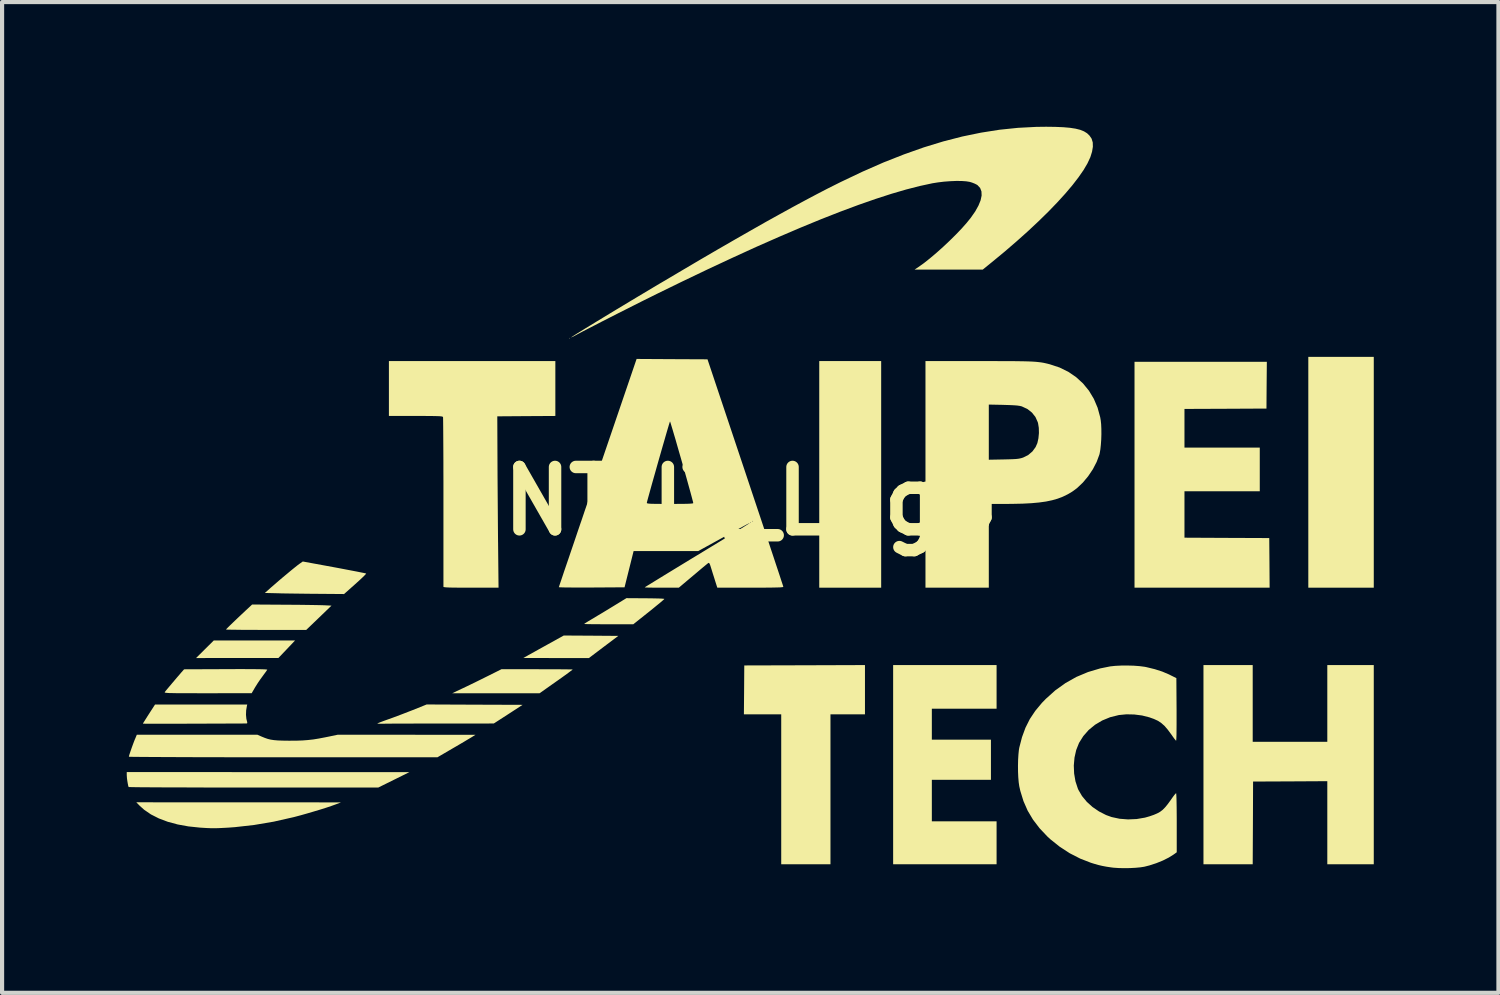
<source format=kicad_pcb>
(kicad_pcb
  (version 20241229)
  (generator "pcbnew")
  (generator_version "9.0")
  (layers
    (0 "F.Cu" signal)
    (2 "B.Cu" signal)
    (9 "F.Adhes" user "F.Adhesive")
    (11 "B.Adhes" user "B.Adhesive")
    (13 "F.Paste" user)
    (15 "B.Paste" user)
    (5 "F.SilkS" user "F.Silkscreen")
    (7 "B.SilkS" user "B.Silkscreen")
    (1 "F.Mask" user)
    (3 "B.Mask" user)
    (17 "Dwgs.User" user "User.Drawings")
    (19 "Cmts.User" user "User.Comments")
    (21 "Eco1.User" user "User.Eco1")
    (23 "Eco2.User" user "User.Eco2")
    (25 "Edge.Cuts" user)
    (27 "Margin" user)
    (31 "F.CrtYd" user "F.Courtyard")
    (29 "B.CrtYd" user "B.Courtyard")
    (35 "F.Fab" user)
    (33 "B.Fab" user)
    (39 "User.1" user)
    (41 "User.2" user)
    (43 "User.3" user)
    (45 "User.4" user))
  (footprint "NTUT_Logo"
    (layer "F.Cu")
    (at 15.02 9.008)
    (property "Reference" "NTUT_Logo" (at 0 0 0) (layer "F.SilkS") (effects (font (size 1.5 1.5) (thickness 0.3))))
    (attr board_only exclude_from_pos_files exclude_from_bom)
    (fp_poly (pts (xy -4.352 -3.92) (xy -4.36 -3.912) (xy -4.369 -3.92) (xy -4.36 -3.929)) (stroke (width 0) (type solid)) (fill yes) (layer "F.SilkS"))
    (fp_poly (pts (xy -11.17 3.564) (xy -11.371 3.775) (xy -12.361 3.775) (xy -13.352 3.776) (xy -13.139 3.564) (xy -12.926 3.353) (xy -11.948 3.353) (xy -10.97 3.353)) (stroke (width 0) (type solid)) (fill yes) (layer "F.SilkS"))
    (fp_poly (pts (xy 3.133 -0.643) (xy 3.133 2.083) (xy 2.388 2.083) (xy 1.643 2.083) (xy 1.643 -0.643) (xy 1.643 -3.37) (xy 2.388 -3.37) (xy 3.133 -3.37)) (stroke (width 0) (type solid)) (fill yes) (layer "F.SilkS"))
    (fp_poly (pts (xy 14.986 -0.694) (xy 14.986 2.083) (xy 14.199 2.083) (xy 13.411 2.083) (xy 13.411 -0.694) (xy 13.411 -3.471) (xy 14.199 -3.471) (xy 14.986 -3.471)) (stroke (width 0) (type solid)) (fill yes) (layer "F.SilkS"))
    (fp_poly (pts (xy -3.849 3.238) (xy -3.193 3.243) (xy -3.546 3.509) (xy -3.899 3.776) (xy -4.688 3.776) (xy -5.478 3.775) (xy -5.393 3.728) (xy -5.356 3.706) (xy -5.293 3.672) (xy -5.211 3.626) (xy -5.115 3.572) (xy -5.008 3.513) (xy -4.907 3.457) (xy -4.505 3.234)) (stroke (width 0) (type solid)) (fill yes) (layer "F.SilkS"))
    (fp_poly (pts (xy 2.743 4.538) (xy 2.743 5.131) (xy 2.328 5.131) (xy 1.913 5.131) (xy 1.913 6.934) (xy 1.913 8.738) (xy 1.321 8.738) (xy 0.728 8.738) (xy 0.728 6.934) (xy 0.728 5.131) (xy 0.279 5.131) (xy -0.17 5.131) (xy -0.165 4.542) (xy -0.161 3.954) (xy 1.291 3.95) (xy 2.743 3.945)) (stroke (width 0) (type solid)) (fill yes) (layer "F.SilkS"))
    (fp_poly (pts (xy 5.91 4.47) (xy 5.91 4.995) (xy 5.131 4.995) (xy 4.352 4.995) (xy 4.352 5.368) (xy 4.352 5.74) (xy 5.063 5.74) (xy 5.774 5.74) (xy 5.774 6.223) (xy 5.774 6.706) (xy 5.063 6.706) (xy 4.352 6.706) (xy 4.352 7.205) (xy 4.352 7.705) (xy 5.131 7.705) (xy 5.91 7.705) (xy 5.91 8.221) (xy 5.91 8.738) (xy 4.665 8.738) (xy 3.421 8.738) (xy 3.421 6.342) (xy 3.421 3.945) (xy 4.665 3.945) (xy 5.91 3.945)) (stroke (width 0) (type solid)) (fill yes) (layer "F.SilkS"))
    (fp_poly (pts (xy 12.073 4.868) (xy 12.073 5.791) (xy 12.971 5.791) (xy 13.868 5.791) (xy 13.868 4.868) (xy 13.868 3.945) (xy 14.427 3.945) (xy 14.986 3.945) (xy 14.986 6.342) (xy 14.986 8.738) (xy 14.427 8.738) (xy 13.868 8.738) (xy 13.868 7.738) (xy 13.868 6.739) (xy 12.975 6.744) (xy 12.082 6.748) (xy 12.078 7.743) (xy 12.073 8.738) (xy 11.481 8.738) (xy 10.888 8.738) (xy 10.888 6.342) (xy 10.888 3.945) (xy 11.481 3.945) (xy 12.073 3.945)) (stroke (width 0) (type solid)) (fill yes) (layer "F.SilkS"))
    (fp_poly (pts (xy 12.408 -2.79) (xy 12.404 -2.227) (xy 11.417 -2.222) (xy 10.431 -2.218) (xy 10.431 -1.752) (xy 10.431 -1.287) (xy 11.337 -1.287) (xy 12.243 -1.287) (xy 12.243 -0.762) (xy 12.243 -0.237) (xy 11.337 -0.237) (xy 10.431 -0.237) (xy 10.431 0.322) (xy 10.431 0.88) (xy 11.451 0.885) (xy 12.471 0.889) (xy 12.476 1.486) (xy 12.48 2.083) (xy 10.854 2.083) (xy 9.229 2.083) (xy 9.229 -0.635) (xy 9.229 -3.353) (xy 10.821 -3.353) (xy 12.413 -3.353)) (stroke (width 0) (type solid)) (fill yes) (layer "F.SilkS"))
    (fp_poly (pts (xy -11.62 6.521) (xy -8.221 6.522) (xy -8.594 6.707) (xy -8.966 6.891) (xy -11.967 6.891) (xy -12.283 6.891) (xy -12.59 6.891) (xy -12.886 6.891) (xy -13.17 6.891) (xy -13.439 6.89) (xy -13.692 6.889) (xy -13.928 6.889) (xy -14.144 6.888) (xy -14.339 6.887) (xy -14.512 6.886) (xy -14.659 6.885) (xy -14.781 6.884) (xy -14.874 6.882) (xy -14.938 6.881) (xy -14.971 6.88) (xy -14.975 6.879) (xy -14.985 6.85) (xy -14.995 6.799) (xy -15.006 6.734) (xy -15.015 6.668) (xy -15.019 6.611) (xy -15.02 6.592) (xy -15.02 6.519)) (stroke (width 0) (type solid)) (fill yes) (layer "F.SilkS"))
    (fp_poly (pts (xy -4.984 4.046) (xy -4.828 4.046) (xy -4.685 4.046) (xy -4.56 4.047) (xy -4.455 4.048) (xy -4.373 4.049) (xy -4.317 4.05) (xy -4.292 4.051) (xy -4.291 4.052) (xy -4.302 4.063) (xy -4.339 4.09) (xy -4.396 4.133) (xy -4.47 4.187) (xy -4.559 4.251) (xy -4.659 4.322) (xy -4.685 4.34) (xy -5.086 4.623) (xy -6.137 4.623) (xy -7.188 4.623) (xy -6.943 4.507) (xy -6.85 4.463) (xy -6.736 4.408) (xy -6.611 4.347) (xy -6.483 4.284) (xy -6.363 4.224) (xy -6.35 4.218) (xy -6.004 4.045) (xy -5.15 4.045)) (stroke (width 0) (type solid)) (fill yes) (layer "F.SilkS"))
    (fp_poly (pts (xy -12.327 7.248) (xy -9.864 7.249) (xy -9.999 7.3) (xy -10.099 7.336) (xy -10.224 7.378) (xy -10.367 7.423) (xy -10.521 7.469) (xy -10.677 7.515) (xy -10.829 7.558) (xy -10.968 7.595) (xy -10.998 7.603) (xy -11.484 7.713) (xy -11.956 7.793) (xy -12.418 7.845) (xy -12.581 7.857) (xy -12.712 7.864) (xy -12.819 7.869) (xy -12.913 7.871) (xy -13.003 7.87) (xy -13.101 7.866) (xy -13.215 7.859) (xy -13.262 7.856) (xy -13.537 7.827) (xy -13.795 7.78) (xy -14.033 7.716) (xy -14.248 7.635) (xy -14.439 7.538) (xy -14.602 7.426) (xy -14.706 7.333) (xy -14.79 7.247)) (stroke (width 0) (type solid)) (fill yes) (layer "F.SilkS"))
    (fp_poly (pts (xy -11.23 2.493) (xy -11.063 2.494) (xy -10.901 2.495) (xy -10.747 2.497) (xy -10.607 2.499) (xy -10.483 2.501) (xy -10.382 2.503) (xy -10.307 2.505) (xy -10.275 2.506) (xy -10.094 2.515) (xy -10.397 2.807) (xy -10.701 3.099) (xy -11.666 3.099) (xy -11.844 3.099) (xy -12.011 3.098) (xy -12.164 3.098) (xy -12.301 3.097) (xy -12.418 3.095) (xy -12.513 3.094) (xy -12.582 3.093) (xy -12.622 3.091) (xy -12.632 3.09) (xy -12.62 3.075) (xy -12.585 3.039) (xy -12.529 2.984) (xy -12.454 2.912) (xy -12.363 2.825) (xy -12.257 2.725) (xy -12.153 2.627) (xy -12.003 2.488)) (stroke (width 0) (type solid)) (fill yes) (layer "F.SilkS"))
    (fp_poly (pts (xy -6.649 4.898) (xy -5.495 4.902) (xy -5.841 5.127) (xy -6.188 5.351) (xy -7.408 5.352) (xy -7.613 5.352) (xy -7.813 5.352) (xy -8.004 5.352) (xy -8.183 5.353) (xy -8.346 5.353) (xy -8.491 5.354) (xy -8.613 5.354) (xy -8.711 5.355) (xy -8.78 5.355) (xy -8.81 5.356) (xy -8.883 5.357) (xy -8.943 5.356) (xy -8.981 5.354) (xy -8.991 5.351) (xy -8.976 5.343) (xy -8.934 5.326) (xy -8.871 5.302) (xy -8.792 5.273) (xy -8.733 5.252) (xy -8.632 5.216) (xy -8.511 5.171) (xy -8.379 5.121) (xy -8.248 5.07) (xy -8.139 5.028) (xy -7.804 4.893)) (stroke (width 0) (type solid)) (fill yes) (layer "F.SilkS"))
    (fp_poly (pts (xy -2.54 2.338) (xy -2.419 2.339) (xy -2.311 2.341) (xy -2.218 2.343) (xy -2.147 2.346) (xy -2.1 2.35) (xy -2.083 2.353) (xy -2.083 2.353) (xy -2.096 2.367) (xy -2.131 2.398) (xy -2.187 2.446) (xy -2.26 2.505) (xy -2.345 2.575) (xy -2.44 2.652) (xy -2.457 2.665) (xy -2.831 2.963) (xy -3.422 2.963) (xy -3.56 2.963) (xy -3.686 2.962) (xy -3.797 2.962) (xy -3.889 2.96) (xy -3.958 2.959) (xy -4.001 2.957) (xy -4.013 2.955) (xy -3.999 2.944) (xy -3.962 2.92) (xy -3.907 2.886) (xy -3.848 2.851) (xy -3.784 2.813) (xy -3.698 2.761) (xy -3.597 2.701) (xy -3.488 2.635) (xy -3.378 2.568) (xy -3.34 2.545) (xy -2.997 2.335)) (stroke (width 0) (type solid)) (fill yes) (layer "F.SilkS"))
    (fp_poly (pts (xy -10.027 1.592) (xy -9.872 1.621) (xy -9.726 1.649) (xy -9.595 1.674) (xy -9.48 1.696) (xy -9.386 1.715) (xy -9.315 1.729) (xy -9.272 1.739) (xy -9.259 1.742) (xy -9.268 1.756) (xy -9.299 1.789) (xy -9.348 1.837) (xy -9.412 1.897) (xy -9.488 1.966) (xy -9.519 1.994) (xy -9.791 2.236) (xy -10.403 2.231) (xy -10.563 2.23) (xy -10.728 2.228) (xy -10.892 2.226) (xy -11.048 2.224) (xy -11.188 2.222) (xy -11.305 2.22) (xy -11.356 2.218) (xy -11.697 2.21) (xy -11.544 2.074) (xy -11.458 2) (xy -11.364 1.918) (xy -11.265 1.834) (xy -11.166 1.752) (xy -11.073 1.674) (xy -10.989 1.606) (xy -10.919 1.55) (xy -10.869 1.512) (xy -10.857 1.504) (xy -10.784 1.453)) (stroke (width 0) (type solid)) (fill yes) (layer "F.SilkS"))
    (fp_poly (pts (xy -12.13 4.932) (xy -12.147 5.035) (xy -12.151 5.142) (xy -12.142 5.237) (xy -12.136 5.262) (xy -12.123 5.313) (xy -12.12 5.34) (xy -12.129 5.349) (xy -12.148 5.351) (xy -12.17 5.351) (xy -12.224 5.351) (xy -12.306 5.352) (xy -12.413 5.352) (xy -12.543 5.352) (xy -12.694 5.353) (xy -12.861 5.353) (xy -13.043 5.354) (xy -13.236 5.355) (xy -13.407 5.355) (xy -13.607 5.356) (xy -13.797 5.356) (xy -13.974 5.357) (xy -14.136 5.357) (xy -14.279 5.357) (xy -14.402 5.357) (xy -14.501 5.356) (xy -14.574 5.356) (xy -14.618 5.355) (xy -14.63 5.355) (xy -14.628 5.347) (xy -14.618 5.33) (xy -14.598 5.298) (xy -14.567 5.249) (xy -14.523 5.179) (xy -14.462 5.084) (xy -14.462 5.084) (xy -14.339 4.894) (xy -13.23 4.894) (xy -12.121 4.894)) (stroke (width 0) (type solid)) (fill yes) (layer "F.SilkS"))
    (fp_poly (pts (xy -12.01 4.043) (xy -11.869 4.044) (xy -11.761 4.046) (xy -11.687 4.049) (xy -11.647 4.053) (xy -11.639 4.056) (xy -11.652 4.076) (xy -11.68 4.116) (xy -11.72 4.17) (xy -11.754 4.217) (xy -11.811 4.295) (xy -11.87 4.382) (xy -11.921 4.463) (xy -11.938 4.491) (xy -12.014 4.622) (xy -13.07 4.623) (xy -13.286 4.623) (xy -13.469 4.622) (xy -13.624 4.622) (xy -13.752 4.622) (xy -13.856 4.621) (xy -13.938 4.619) (xy -14.001 4.618) (xy -14.047 4.615) (xy -14.078 4.612) (xy -14.096 4.609) (xy -14.105 4.604) (xy -14.107 4.599) (xy -14.104 4.593) (xy -14.082 4.565) (xy -14.042 4.517) (xy -13.99 4.455) (xy -13.931 4.385) (xy -13.869 4.312) (xy -13.809 4.241) (xy -13.756 4.18) (xy -13.716 4.133) (xy -13.704 4.119) (xy -13.64 4.047) (xy -12.636 4.043) (xy -12.394 4.042) (xy -12.185 4.042)) (stroke (width 0) (type solid)) (fill yes) (layer "F.SilkS"))
    (fp_poly (pts (xy -11.777 5.665) (xy -11.701 5.696) (xy -11.63 5.721) (xy -11.557 5.739) (xy -11.477 5.751) (xy -11.382 5.759) (xy -11.268 5.763) (xy -11.127 5.765) (xy -11.091 5.765) (xy -10.931 5.764) (xy -10.791 5.759) (xy -10.662 5.749) (xy -10.534 5.735) (xy -10.399 5.713) (xy -10.247 5.684) (xy -10.143 5.663) (xy -9.948 5.622) (xy -8.289 5.622) (xy -6.629 5.623) (xy -6.714 5.676) (xy -6.752 5.699) (xy -6.815 5.736) (xy -6.896 5.785) (xy -6.991 5.841) (xy -7.095 5.902) (xy -7.171 5.946) (xy -7.544 6.164) (xy -11.256 6.164) (xy -11.608 6.164) (xy -11.951 6.163) (xy -12.284 6.163) (xy -12.604 6.163) (xy -12.911 6.162) (xy -13.202 6.162) (xy -13.477 6.161) (xy -13.733 6.16) (xy -13.97 6.159) (xy -14.186 6.158) (xy -14.378 6.157) (xy -14.546 6.156) (xy -14.689 6.155) (xy -14.804 6.154) (xy -14.89 6.153) (xy -14.945 6.152) (xy -14.968 6.15) (xy -14.969 6.15) (xy -14.964 6.125) (xy -14.949 6.076) (xy -14.927 6.011) (xy -14.901 5.936) (xy -14.873 5.859) (xy -14.847 5.789) (xy -14.824 5.731) (xy -14.822 5.728) (xy -14.778 5.622) (xy -13.326 5.622) (xy -11.874 5.622)) (stroke (width 0) (type solid)) (fill yes) (layer "F.SilkS"))
    (fp_poly (pts (xy -6.71 -3.37) (xy -4.707 -3.37) (xy -4.707 -2.71) (xy -4.707 -2.049) (xy -5.406 -2.045) (xy -6.104 -2.04) (xy -6.1 -1.05) (xy -6.099 -0.836) (xy -6.098 -0.596) (xy -6.096 -0.337) (xy -6.094 -0.068) (xy -6.092 0.204) (xy -6.09 0.471) (xy -6.088 0.726) (xy -6.086 0.96) (xy -6.085 1.012) (xy -6.074 2.083) (xy -6.737 2.083) (xy -6.912 2.083) (xy -7.055 2.082) (xy -7.169 2.081) (xy -7.257 2.079) (xy -7.322 2.076) (xy -7.366 2.072) (xy -7.391 2.068) (xy -7.4 2.063) (xy -7.4 2.062) (xy -7.4 2.042) (xy -7.4 1.991) (xy -7.4 1.91) (xy -7.4 1.802) (xy -7.4 1.668) (xy -7.4 1.511) (xy -7.4 1.333) (xy -7.4 1.136) (xy -7.4 0.921) (xy -7.4 0.692) (xy -7.4 0.45) (xy -7.4 0.197) (xy -7.4 0.023) (xy -7.4 -0.236) (xy -7.4 -0.486) (xy -7.401 -0.725) (xy -7.401 -0.95) (xy -7.402 -1.159) (xy -7.403 -1.351) (xy -7.404 -1.523) (xy -7.405 -1.673) (xy -7.406 -1.799) (xy -7.407 -1.899) (xy -7.408 -1.971) (xy -7.409 -2.012) (xy -7.41 -2.022) (xy -7.416 -2.029) (xy -7.429 -2.035) (xy -7.453 -2.039) (xy -7.491 -2.043) (xy -7.545 -2.045) (xy -7.62 -2.047) (xy -7.718 -2.048) (xy -7.842 -2.049) (xy -7.996 -2.049) (xy -8.066 -2.049) (xy -8.712 -2.049) (xy -8.712 -2.709) (xy -8.712 -3.37)) (stroke (width 0) (type solid)) (fill yes) (layer "F.SilkS"))
    (fp_poly (pts (xy 5.738 -3.37) (xy 5.959 -3.369) (xy 6.152 -3.369) (xy 6.318 -3.368) (xy 6.462 -3.366) (xy 6.584 -3.364) (xy 6.689 -3.361) (xy 6.778 -3.357) (xy 6.855 -3.352) (xy 6.921 -3.345) (xy 6.98 -3.338) (xy 7.034 -3.329) (xy 7.085 -3.318) (xy 7.137 -3.306) (xy 7.192 -3.292) (xy 7.195 -3.291) (xy 7.425 -3.215) (xy 7.635 -3.112) (xy 7.824 -2.983) (xy 7.99 -2.831) (xy 8.133 -2.656) (xy 8.25 -2.461) (xy 8.341 -2.247) (xy 8.404 -2.015) (xy 8.416 -1.945) (xy 8.426 -1.851) (xy 8.431 -1.737) (xy 8.432 -1.61) (xy 8.428 -1.48) (xy 8.419 -1.354) (xy 8.407 -1.242) (xy 8.391 -1.151) (xy 8.384 -1.121) (xy 8.318 -0.943) (xy 8.226 -0.766) (xy 8.113 -0.598) (xy 7.985 -0.445) (xy 7.846 -0.313) (xy 7.73 -0.228) (xy 7.618 -0.162) (xy 7.503 -0.106) (xy 7.38 -0.059) (xy 7.247 -0.021) (xy 7.099 0.01) (xy 6.934 0.033) (xy 6.748 0.05) (xy 6.537 0.061) (xy 6.299 0.066) (xy 6.126 0.068) (xy 5.723 0.068) (xy 5.723 1.075) (xy 5.723 2.083) (xy 4.961 2.083) (xy 4.199 2.083) (xy 4.199 -0.643) (xy 4.199 -2.323) (xy 5.723 -2.323) (xy 5.723 -1.659) (xy 5.723 -0.996) (xy 6.083 -1.003) (xy 6.206 -1.006) (xy 6.301 -1.009) (xy 6.373 -1.013) (xy 6.429 -1.019) (xy 6.474 -1.027) (xy 6.514 -1.037) (xy 6.553 -1.05) (xy 6.672 -1.11) (xy 6.772 -1.195) (xy 6.849 -1.3) (xy 6.892 -1.398) (xy 6.917 -1.512) (xy 6.929 -1.638) (xy 6.926 -1.763) (xy 6.908 -1.874) (xy 6.901 -1.899) (xy 6.845 -2.024) (xy 6.761 -2.13) (xy 6.654 -2.215) (xy 6.524 -2.276) (xy 6.511 -2.281) (xy 6.468 -2.291) (xy 6.408 -2.3) (xy 6.329 -2.306) (xy 6.225 -2.311) (xy 6.091 -2.315) (xy 6.075 -2.316) (xy 5.723 -2.323) (xy 4.199 -2.323) (xy 4.199 -3.37) (xy 5.485 -3.37)) (stroke (width 0) (type solid)) (fill yes) (layer "F.SilkS"))
    (fp_poly (pts (xy 7.324 -9.005) (xy 7.514 -8.997) (xy 7.675 -8.983) (xy 7.811 -8.962) (xy 7.923 -8.934) (xy 8.014 -8.897) (xy 8.088 -8.851) (xy 8.146 -8.795) (xy 8.191 -8.73) (xy 8.198 -8.716) (xy 8.224 -8.631) (xy 8.227 -8.527) (xy 8.207 -8.407) (xy 8.166 -8.275) (xy 8.164 -8.271) (xy 8.097 -8.127) (xy 8.003 -7.967) (xy 7.881 -7.791) (xy 7.735 -7.602) (xy 7.564 -7.4) (xy 7.371 -7.188) (xy 7.156 -6.965) (xy 6.92 -6.734) (xy 6.666 -6.496) (xy 6.393 -6.252) (xy 6.104 -6.003) (xy 5.799 -5.751) (xy 5.79 -5.744) (xy 5.577 -5.571) (xy 4.757 -5.571) (xy 3.937 -5.571) (xy 4.03 -5.633) (xy 4.162 -5.727) (xy 4.308 -5.843) (xy 4.463 -5.974) (xy 4.622 -6.116) (xy 4.779 -6.264) (xy 4.93 -6.413) (xy 5.069 -6.558) (xy 5.19 -6.695) (xy 5.288 -6.816) (xy 5.395 -6.969) (xy 5.474 -7.111) (xy 5.526 -7.239) (xy 5.55 -7.353) (xy 5.546 -7.452) (xy 5.514 -7.535) (xy 5.453 -7.601) (xy 5.437 -7.612) (xy 5.387 -7.638) (xy 5.321 -7.664) (xy 5.266 -7.681) (xy 5.181 -7.695) (xy 5.069 -7.703) (xy 4.938 -7.704) (xy 4.795 -7.698) (xy 4.646 -7.687) (xy 4.498 -7.669) (xy 4.366 -7.648) (xy 4.065 -7.583) (xy 3.737 -7.499) (xy 3.381 -7.395) (xy 2.998 -7.271) (xy 2.588 -7.128) (xy 2.15 -6.965) (xy 1.686 -6.783) (xy 1.195 -6.581) (xy 0.676 -6.359) (xy 0.131 -6.119) (xy -0.44 -5.858) (xy -1.038 -5.579) (xy -1.663 -5.28) (xy -2.261 -4.988) (xy -2.432 -4.903) (xy -2.616 -4.812) (xy -2.808 -4.715) (xy -3.004 -4.616) (xy -3.201 -4.517) (xy -3.395 -4.418) (xy -3.58 -4.324) (xy -3.754 -4.234) (xy -3.913 -4.152) (xy -4.052 -4.08) (xy -4.167 -4.019) (xy -4.233 -3.983) (xy -4.283 -3.957) (xy -4.317 -3.942) (xy -4.328 -3.94) (xy -4.326 -3.941) (xy -4.308 -3.954) (xy -4.263 -3.983) (xy -4.194 -4.027) (xy -4.103 -4.083) (xy -3.993 -4.151) (xy -3.866 -4.228) (xy -3.724 -4.315) (xy -3.571 -4.408) (xy -3.408 -4.507) (xy -3.238 -4.61) (xy -3.063 -4.715) (xy -2.886 -4.822) (xy -2.709 -4.928) (xy -2.535 -5.032) (xy -2.366 -5.133) (xy -2.205 -5.229) (xy -2.15 -5.261) (xy -1.668 -5.546) (xy -1.214 -5.814) (xy -0.785 -6.064) (xy -0.381 -6.297) (xy -0.001 -6.514) (xy 0.356 -6.717) (xy 0.693 -6.904) (xy 1.009 -7.078) (xy 1.306 -7.238) (xy 1.585 -7.386) (xy 1.847 -7.522) (xy 2.095 -7.646) (xy 2.159 -7.678) (xy 2.683 -7.927) (xy 3.189 -8.149) (xy 3.681 -8.343) (xy 4.159 -8.512) (xy 4.626 -8.655) (xy 5.084 -8.773) (xy 5.535 -8.866) (xy 5.98 -8.936) (xy 6.424 -8.982) (xy 6.866 -9.005) (xy 7.104 -9.008)) (stroke (width 0) (type solid)) (fill yes) (layer "F.SilkS"))
    (fp_poly (pts (xy 9.212 3.96) (xy 9.355 3.971) (xy 9.477 3.987) (xy 9.516 3.995) (xy 9.717 4.044) (xy 9.895 4.101) (xy 10.06 4.171) (xy 10.095 4.189) (xy 10.236 4.259) (xy 10.241 5.018) (xy 10.241 5.211) (xy 10.241 5.377) (xy 10.24 5.515) (xy 10.239 5.625) (xy 10.236 5.704) (xy 10.233 5.752) (xy 10.229 5.766) (xy 10.229 5.766) (xy 10.213 5.749) (xy 10.182 5.71) (xy 10.143 5.656) (xy 10.116 5.617) (xy 10.031 5.502) (xy 9.954 5.412) (xy 9.876 5.342) (xy 9.792 5.286) (xy 9.694 5.241) (xy 9.584 5.202) (xy 9.41 5.158) (xy 9.222 5.134) (xy 9.034 5.13) (xy 8.858 5.147) (xy 8.847 5.149) (xy 8.642 5.2) (xy 8.451 5.279) (xy 8.278 5.382) (xy 8.125 5.508) (xy 7.997 5.654) (xy 7.894 5.818) (xy 7.892 5.823) (xy 7.826 5.989) (xy 7.785 6.171) (xy 7.768 6.362) (xy 7.776 6.555) (xy 7.808 6.742) (xy 7.865 6.916) (xy 7.88 6.95) (xy 7.966 7.097) (xy 8.08 7.235) (xy 8.218 7.36) (xy 8.375 7.467) (xy 8.545 7.554) (xy 8.678 7.602) (xy 8.869 7.643) (xy 9.073 7.659) (xy 9.28 7.65) (xy 9.48 7.616) (xy 9.592 7.584) (xy 9.693 7.549) (xy 9.775 7.514) (xy 9.844 7.476) (xy 9.906 7.429) (xy 9.965 7.369) (xy 10.029 7.291) (xy 10.101 7.192) (xy 10.142 7.133) (xy 10.179 7.083) (xy 10.21 7.045) (xy 10.229 7.028) (xy 10.23 7.027) (xy 10.233 7.044) (xy 10.236 7.09) (xy 10.239 7.164) (xy 10.241 7.261) (xy 10.243 7.378) (xy 10.244 7.511) (xy 10.245 7.657) (xy 10.245 7.738) (xy 10.245 8.45) (xy 10.173 8.502) (xy 10.055 8.576) (xy 9.912 8.648) (xy 9.754 8.712) (xy 9.588 8.766) (xy 9.466 8.797) (xy 9.371 8.812) (xy 9.252 8.823) (xy 9.119 8.83) (xy 8.98 8.832) (xy 8.847 8.829) (xy 8.728 8.821) (xy 8.67 8.814) (xy 8.55 8.796) (xy 8.451 8.777) (xy 8.36 8.756) (xy 8.263 8.728) (xy 8.179 8.702) (xy 7.922 8.602) (xy 7.67 8.473) (xy 7.43 8.317) (xy 7.208 8.14) (xy 7.133 8.071) (xy 6.944 7.871) (xy 6.786 7.664) (xy 6.658 7.449) (xy 6.557 7.219) (xy 6.481 6.972) (xy 6.456 6.861) (xy 6.442 6.764) (xy 6.432 6.644) (xy 6.426 6.508) (xy 6.425 6.365) (xy 6.428 6.225) (xy 6.436 6.095) (xy 6.447 5.985) (xy 6.457 5.929) (xy 6.522 5.679) (xy 6.605 5.453) (xy 6.71 5.244) (xy 6.841 5.047) (xy 7 4.856) (xy 7.095 4.758) (xy 7.322 4.554) (xy 7.568 4.378) (xy 7.831 4.23) (xy 8.11 4.113) (xy 8.405 4.025) (xy 8.644 3.977) (xy 8.766 3.964) (xy 8.907 3.957) (xy 9.06 3.956)) (stroke (width 0) (type solid)) (fill yes) (layer "F.SilkS"))
    (fp_poly (pts (xy -1.899 -3.416) (xy -1.046 -3.412) (xy -0.134 -0.686) (xy -0.036 -0.392) (xy 0.059 -0.107) (xy 0.151 0.168) (xy 0.239 0.431) (xy 0.322 0.68) (xy 0.4 0.914) (xy 0.472 1.132) (xy 0.538 1.33) (xy 0.597 1.509) (xy 0.649 1.665) (xy 0.693 1.798) (xy 0.728 1.906) (xy 0.755 1.987) (xy 0.772 2.039) (xy 0.778 2.061) (xy 0.778 2.062) (xy 0.772 2.067) (xy 0.75 2.071) (xy 0.711 2.075) (xy 0.652 2.077) (xy 0.572 2.079) (xy 0.466 2.081) (xy 0.334 2.082) (xy 0.173 2.083) (xy -0.016 2.083) (xy -0.81 2.083) (xy -0.844 1.977) (xy -0.863 1.917) (xy -0.888 1.836) (xy -0.917 1.746) (xy -0.94 1.671) (xy -0.966 1.588) (xy -0.984 1.532) (xy -0.999 1.5) (xy -1.011 1.487) (xy -1.023 1.487) (xy -1.032 1.493) (xy -1.053 1.51) (xy -1.096 1.545) (xy -1.158 1.596) (xy -1.233 1.659) (xy -1.319 1.732) (xy -1.399 1.799) (xy -1.736 2.083) (xy -2.146 2.083) (xy -2.26 2.082) (xy -2.362 2.082) (xy -2.447 2.081) (xy -2.511 2.079) (xy -2.548 2.077) (xy -2.557 2.076) (xy -2.543 2.066) (xy -2.502 2.04) (xy -2.436 2) (xy -2.347 1.945) (xy -2.238 1.878) (xy -2.111 1.8) (xy -1.967 1.712) (xy -1.808 1.615) (xy -1.637 1.511) (xy -1.457 1.401) (xy -1.308 1.311) (xy -1.12 1.197) (xy -0.941 1.088) (xy -0.771 0.985) (xy -0.614 0.889) (xy -0.472 0.802) (xy -0.346 0.725) (xy -0.239 0.66) (xy -0.153 0.607) (xy -0.09 0.568) (xy -0.053 0.544) (xy -0.042 0.537) (xy -0.038 0.532) (xy -0.037 0.53) (xy -0.044 0.532) (xy -0.06 0.54) (xy -0.088 0.554) (xy -0.131 0.577) (xy -0.19 0.609) (xy -0.268 0.652) (xy -0.368 0.706) (xy -0.492 0.775) (xy -0.643 0.858) (xy -0.69 0.883) (xy -1.269 1.202) (xy -2.046 1.202) (xy -2.824 1.202) (xy -2.933 1.638) (xy -3.042 2.074) (xy -3.832 2.079) (xy -3.992 2.079) (xy -4.141 2.079) (xy -4.276 2.079) (xy -4.394 2.078) (xy -4.491 2.077) (xy -4.563 2.075) (xy -4.608 2.073) (xy -4.623 2.071) (xy -4.617 2.053) (xy -4.602 2.006) (xy -4.576 1.93) (xy -4.541 1.826) (xy -4.498 1.697) (xy -4.446 1.545) (xy -4.386 1.37) (xy -4.32 1.175) (xy -4.247 0.961) (xy -4.169 0.73) (xy -4.096 0.516) (xy -0.017 0.516) (xy -0.008 0.525) (xy 0 0.516) (xy -0.008 0.508) (xy -0.017 0.516) (xy -4.096 0.516) (xy -4.084 0.483) (xy -4.084 0.483) (xy 0.034 0.483) (xy 0.042 0.491) (xy 0.051 0.483) (xy 0.042 0.474) (xy 0.034 0.483) (xy -4.084 0.483) (xy -3.996 0.222) (xy -3.934 0.042) (xy -2.506 0.042) (xy -2.503 0.049) (xy -2.49 0.055) (xy -2.465 0.059) (xy -2.425 0.063) (xy -2.366 0.065) (xy -2.284 0.066) (xy -2.178 0.067) (xy -2.042 0.068) (xy -1.947 0.068) (xy -1.785 0.067) (xy -1.654 0.066) (xy -1.552 0.065) (xy -1.476 0.062) (xy -1.426 0.058) (xy -1.397 0.054) (xy -1.389 0.048) (xy -1.393 0.025) (xy -1.406 -0.025) (xy -1.426 -0.101) (xy -1.452 -0.198) (xy -1.484 -0.313) (xy -1.52 -0.443) (xy -1.559 -0.584) (xy -1.601 -0.733) (xy -1.645 -0.887) (xy -1.689 -1.041) (xy -1.733 -1.193) (xy -1.775 -1.339) (xy -1.814 -1.477) (xy -1.851 -1.601) (xy -1.883 -1.71) (xy -1.91 -1.799) (xy -1.93 -1.866) (xy -1.943 -1.906) (xy -1.948 -1.917) (xy -1.955 -1.899) (xy -1.97 -1.852) (xy -1.992 -1.778) (xy -2.02 -1.683) (xy -2.053 -1.569) (xy -2.09 -1.44) (xy -2.131 -1.299) (xy -2.174 -1.149) (xy -2.218 -0.995) (xy -2.262 -0.84) (xy -2.305 -0.687) (xy -2.347 -0.539) (xy -2.386 -0.401) (xy -2.421 -0.275) (xy -2.451 -0.166) (xy -2.476 -0.076) (xy -2.494 -0.009) (xy -2.504 0.032) (xy -2.506 0.042) (xy -3.934 0.042) (xy -3.903 -0.051) (xy -3.806 -0.334) (xy -3.706 -0.627) (xy -3.687 -0.681) (xy -2.752 -3.421)) (stroke (width 0) (type solid)) (fill yes) (layer "F.SilkS")))
  (gr_rect
    (start -3 -3)
    (end 33.006 20.84)
    (stroke (width 0.1) (type default))
    (fill no)
    (layer "Edge.Cuts")))
</source>
